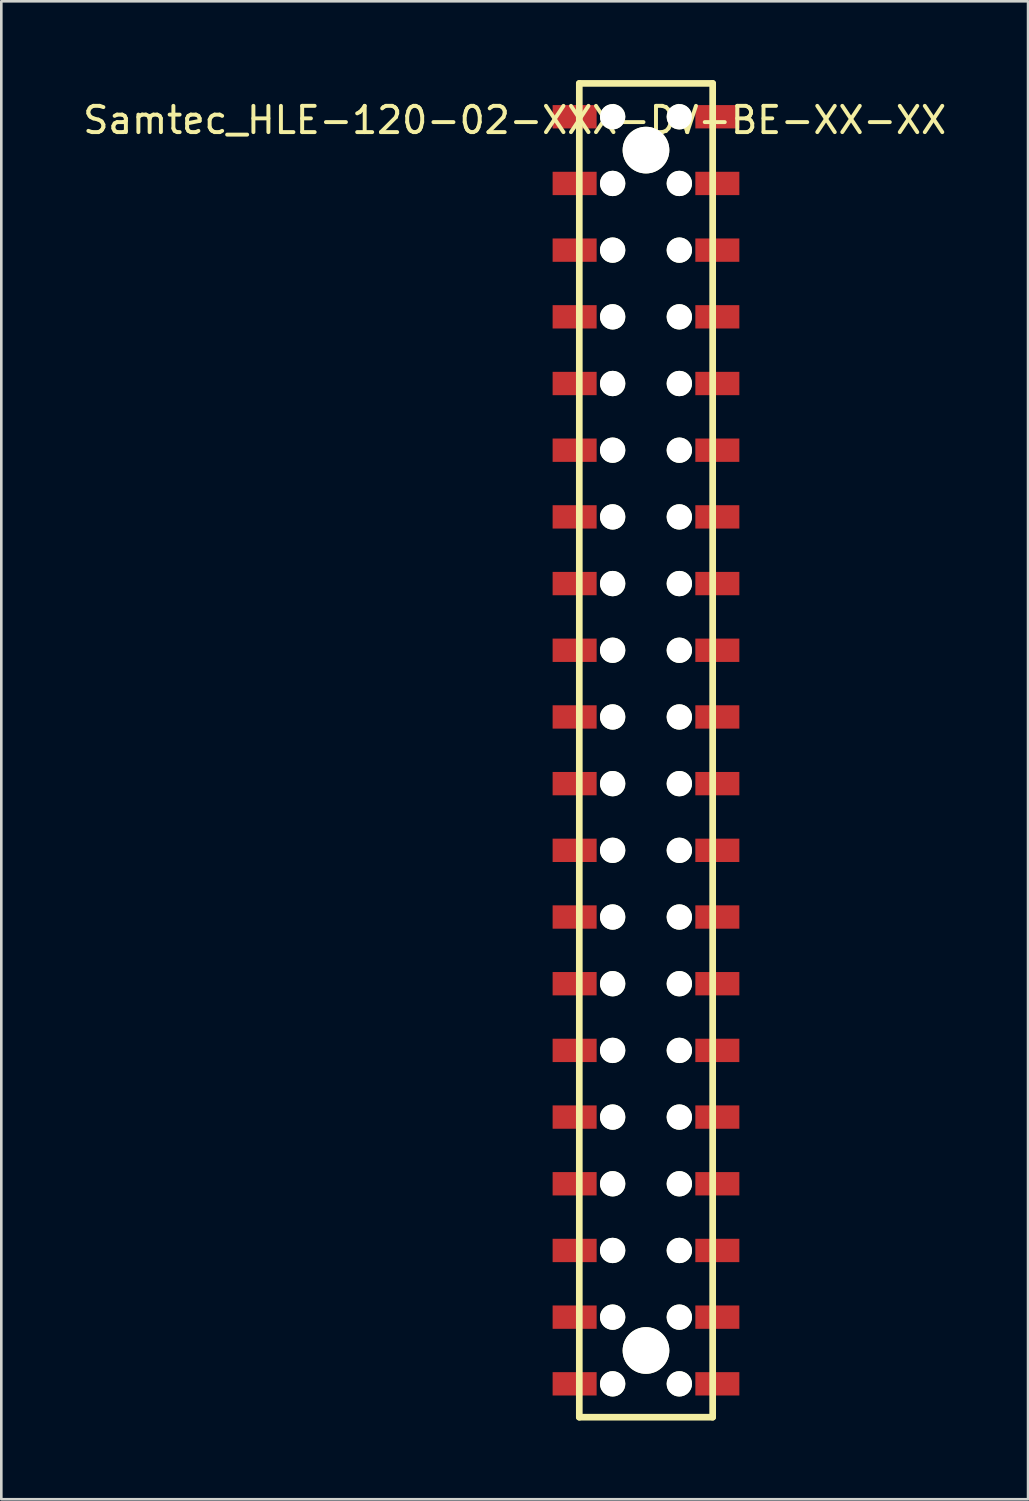
<source format=kicad_pcb>
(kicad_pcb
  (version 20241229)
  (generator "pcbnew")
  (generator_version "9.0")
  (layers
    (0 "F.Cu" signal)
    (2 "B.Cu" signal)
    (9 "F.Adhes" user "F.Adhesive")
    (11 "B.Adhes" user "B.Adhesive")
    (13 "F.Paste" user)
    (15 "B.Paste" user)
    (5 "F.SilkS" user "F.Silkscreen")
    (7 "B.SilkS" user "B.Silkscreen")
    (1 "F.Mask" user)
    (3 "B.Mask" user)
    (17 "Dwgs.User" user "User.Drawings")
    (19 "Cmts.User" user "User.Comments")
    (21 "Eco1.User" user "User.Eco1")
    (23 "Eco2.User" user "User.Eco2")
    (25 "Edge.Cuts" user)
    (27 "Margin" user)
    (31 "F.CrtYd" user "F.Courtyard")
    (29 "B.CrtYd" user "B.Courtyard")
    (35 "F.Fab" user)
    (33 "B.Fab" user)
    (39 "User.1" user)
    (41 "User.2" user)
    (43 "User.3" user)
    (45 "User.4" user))
  (footprint "Samtec_HLE-120-02-XXX-DV-BE-XX-XX"
    (layer "F.Cu")
    (at 21.554 25.527)
    (property "Reference" "Samtec_HLE-120-02-XXX-DV-BE-XX-XX" (at -5 -24 0) (layer "F.SilkS") (effects (font (size 1 1) (thickness 0.15))))
    (attr through_hole)
    (fp_line (start -2.54 -25.4) (end 2.54 -25.4) (stroke (width 0.254) (type solid)) (layer "F.SilkS"))
    (fp_line (start -2.54 25.4) (end -2.54 -25.4) (stroke (width 0.254) (type solid)) (layer "F.SilkS"))
    (fp_line (start 2.54 -25.4) (end 2.54 25.4) (stroke (width 0.254) (type solid)) (layer "F.SilkS"))
    (fp_line (start 2.54 25.4) (end -2.54 25.4) (stroke (width 0.254) (type solid)) (layer "F.SilkS"))
    (pad "" np_thru_hole circle (at -1.27 -24.13 270) (size 0.965 0.965) (drill 0.965) (layers "*.Cu" "*.Mask" "F.SilkS"))
    (pad "" np_thru_hole circle (at -1.27 -21.59 270) (size 0.965 0.965) (drill 0.965) (layers "*.Cu" "*.Mask" "F.SilkS"))
    (pad "" np_thru_hole circle (at -1.27 -19.05 270) (size 0.965 0.965) (drill 0.965) (layers "*.Cu" "*.Mask" "F.SilkS"))
    (pad "" np_thru_hole circle (at -1.27 -16.51 270) (size 0.965 0.965) (drill 0.965) (layers "*.Cu" "*.Mask" "F.SilkS"))
    (pad "" np_thru_hole circle (at -1.27 -13.97 270) (size 0.965 0.965) (drill 0.965) (layers "*.Cu" "*.Mask" "F.SilkS"))
    (pad "" np_thru_hole circle (at -1.27 -11.43 270) (size 0.965 0.965) (drill 0.965) (layers "*.Cu" "*.Mask" "F.SilkS"))
    (pad "" np_thru_hole circle (at -1.27 -8.89 270) (size 0.965 0.965) (drill 0.965) (layers "*.Cu" "*.Mask" "F.SilkS"))
    (pad "" np_thru_hole circle (at -1.27 -6.35 270) (size 0.965 0.965) (drill 0.965) (layers "*.Cu" "*.Mask" "F.SilkS"))
    (pad "" np_thru_hole circle (at -1.27 -3.81 270) (size 0.965 0.965) (drill 0.965) (layers "*.Cu" "*.Mask" "F.SilkS"))
    (pad "" np_thru_hole circle (at -1.27 -1.27 270) (size 0.965 0.965) (drill 0.965) (layers "*.Cu" "*.Mask" "F.SilkS"))
    (pad "" np_thru_hole circle (at -1.27 1.27 270) (size 0.965 0.965) (drill 0.965) (layers "*.Cu" "*.Mask" "F.SilkS"))
    (pad "" np_thru_hole circle (at -1.27 3.81 270) (size 0.965 0.965) (drill 0.965) (layers "*.Cu" "*.Mask" "F.SilkS"))
    (pad "" np_thru_hole circle (at -1.27 6.35 270) (size 0.965 0.965) (drill 0.965) (layers "*.Cu" "*.Mask" "F.SilkS"))
    (pad "" np_thru_hole circle (at -1.27 8.89 270) (size 0.965 0.965) (drill 0.965) (layers "*.Cu" "*.Mask" "F.SilkS"))
    (pad "" np_thru_hole circle (at -1.27 11.43 270) (size 0.965 0.965) (drill 0.965) (layers "*.Cu" "*.Mask" "F.SilkS"))
    (pad "" np_thru_hole circle (at -1.27 13.97 270) (size 0.965 0.965) (drill 0.965) (layers "*.Cu" "*.Mask" "F.SilkS"))
    (pad "" np_thru_hole circle (at -1.27 16.51 270) (size 0.965 0.965) (drill 0.965) (layers "*.Cu" "*.Mask" "F.SilkS"))
    (pad "" np_thru_hole circle (at -1.27 19.05 270) (size 0.965 0.965) (drill 0.965) (layers "*.Cu" "*.Mask" "F.SilkS"))
    (pad "" np_thru_hole circle (at -1.27 21.59 270) (size 0.965 0.965) (drill 0.965) (layers "*.Cu" "*.Mask" "F.SilkS"))
    (pad "" np_thru_hole circle (at -1.27 24.13 270) (size 0.965 0.965) (drill 0.965) (layers "*.Cu" "*.Mask" "F.SilkS"))
    (pad "" np_thru_hole circle (at 0 -22.86 270) (size 1.778 1.778) (drill 1.778) (layers "*.Cu" "*.Mask" "F.SilkS"))
    (pad "" np_thru_hole circle (at 0 22.86 270) (size 1.778 1.778) (drill 1.778) (layers "*.Cu" "*.Mask" "F.SilkS"))
    (pad "" np_thru_hole circle (at 1.27 -24.13 270) (size 0.965 0.965) (drill 0.965) (layers "*.Cu" "*.Mask" "F.SilkS"))
    (pad "" np_thru_hole circle (at 1.27 -21.59 270) (size 0.965 0.965) (drill 0.965) (layers "*.Cu" "*.Mask" "F.SilkS"))
    (pad "" np_thru_hole circle (at 1.27 -19.05 270) (size 0.965 0.965) (drill 0.965) (layers "*.Cu" "*.Mask" "F.SilkS"))
    (pad "" np_thru_hole circle (at 1.27 -16.51 270) (size 0.965 0.965) (drill 0.965) (layers "*.Cu" "*.Mask" "F.SilkS"))
    (pad "" np_thru_hole circle (at 1.27 -13.97 270) (size 0.965 0.965) (drill 0.965) (layers "*.Cu" "*.Mask" "F.SilkS"))
    (pad "" np_thru_hole circle (at 1.27 -11.43 270) (size 0.965 0.965) (drill 0.965) (layers "*.Cu" "*.Mask" "F.SilkS"))
    (pad "" np_thru_hole circle (at 1.27 -8.89 270) (size 0.965 0.965) (drill 0.965) (layers "*.Cu" "*.Mask" "F.SilkS"))
    (pad "" np_thru_hole circle (at 1.27 -6.35 270) (size 0.965 0.965) (drill 0.965) (layers "*.Cu" "*.Mask" "F.SilkS"))
    (pad "" np_thru_hole circle (at 1.27 -3.81 270) (size 0.965 0.965) (drill 0.965) (layers "*.Cu" "*.Mask" "F.SilkS"))
    (pad "" np_thru_hole circle (at 1.27 -1.27 270) (size 0.965 0.965) (drill 0.965) (layers "*.Cu" "*.Mask" "F.SilkS"))
    (pad "" np_thru_hole circle (at 1.27 1.27 270) (size 0.965 0.965) (drill 0.965) (layers "*.Cu" "*.Mask" "F.SilkS"))
    (pad "" np_thru_hole circle (at 1.27 3.81 270) (size 0.965 0.965) (drill 0.965) (layers "*.Cu" "*.Mask" "F.SilkS"))
    (pad "" np_thru_hole circle (at 1.27 6.35 270) (size 0.965 0.965) (drill 0.965) (layers "*.Cu" "*.Mask" "F.SilkS"))
    (pad "" np_thru_hole circle (at 1.27 8.89 270) (size 0.965 0.965) (drill 0.965) (layers "*.Cu" "*.Mask" "F.SilkS"))
    (pad "" np_thru_hole circle (at 1.27 11.43 270) (size 0.965 0.965) (drill 0.965) (layers "*.Cu" "*.Mask" "F.SilkS"))
    (pad "" np_thru_hole circle (at 1.27 13.97 270) (size 0.965 0.965) (drill 0.965) (layers "*.Cu" "*.Mask" "F.SilkS"))
    (pad "" np_thru_hole circle (at 1.27 16.51 270) (size 0.965 0.965) (drill 0.965) (layers "*.Cu" "*.Mask" "F.SilkS"))
    (pad "" np_thru_hole circle (at 1.27 19.05 270) (size 0.965 0.965) (drill 0.965) (layers "*.Cu" "*.Mask" "F.SilkS"))
    (pad "" np_thru_hole circle (at 1.27 21.59 270) (size 0.965 0.965) (drill 0.965) (layers "*.Cu" "*.Mask" "F.SilkS"))
    (pad "" np_thru_hole circle (at 1.27 24.13 270) (size 0.965 0.965) (drill 0.965) (layers "*.Cu" "*.Mask" "F.SilkS"))
    (pad "1" smd rect (at -2.718 -24.13 90) (size 0.889 1.676) (layers "F.Cu" "F.Mask" "F.Paste"))
    (pad "2" smd rect (at 2.718 -24.13 90) (size 0.889 1.676) (layers "F.Cu" "F.Mask" "F.Paste"))
    (pad "3" smd rect (at -2.718 -21.59 90) (size 0.889 1.676) (layers "F.Cu" "F.Mask" "F.Paste"))
    (pad "4" smd rect (at 2.718 -21.59 90) (size 0.889 1.676) (layers "F.Cu" "F.Mask" "F.Paste"))
    (pad "5" smd rect (at -2.718 -19.05 90) (size 0.889 1.676) (layers "F.Cu" "F.Mask" "F.Paste"))
    (pad "6" smd rect (at 2.718 -19.05 90) (size 0.889 1.676) (layers "F.Cu" "F.Mask" "F.Paste"))
    (pad "7" smd rect (at -2.718 -16.51 90) (size 0.889 1.676) (layers "F.Cu" "F.Mask" "F.Paste"))
    (pad "8" smd rect (at 2.718 -16.51 90) (size 0.889 1.676) (layers "F.Cu" "F.Mask" "F.Paste"))
    (pad "9" smd rect (at -2.718 -13.97 90) (size 0.889 1.676) (layers "F.Cu" "F.Mask" "F.Paste"))
    (pad "10" smd rect (at 2.718 -13.97 90) (size 0.889 1.676) (layers "F.Cu" "F.Mask" "F.Paste"))
    (pad "11" smd rect (at -2.718 -11.43 90) (size 0.889 1.676) (layers "F.Cu" "F.Mask" "F.Paste"))
    (pad "12" smd rect (at 2.718 -11.43 90) (size 0.889 1.676) (layers "F.Cu" "F.Mask" "F.Paste"))
    (pad "13" smd rect (at -2.718 -8.89 90) (size 0.889 1.676) (layers "F.Cu" "F.Mask" "F.Paste"))
    (pad "14" smd rect (at 2.718 -8.89 90) (size 0.889 1.676) (layers "F.Cu" "F.Mask" "F.Paste"))
    (pad "15" smd rect (at -2.718 -6.35 90) (size 0.889 1.676) (layers "F.Cu" "F.Mask" "F.Paste"))
    (pad "16" smd rect (at 2.718 -6.35 90) (size 0.889 1.676) (layers "F.Cu" "F.Mask" "F.Paste"))
    (pad "17" smd rect (at -2.718 -3.81 90) (size 0.889 1.676) (layers "F.Cu" "F.Mask" "F.Paste"))
    (pad "18" smd rect (at 2.718 -3.81 90) (size 0.889 1.676) (layers "F.Cu" "F.Mask" "F.Paste"))
    (pad "19" smd rect (at -2.718 -1.27 90) (size 0.889 1.676) (layers "F.Cu" "F.Mask" "F.Paste"))
    (pad "20" smd rect (at 2.718 -1.27 90) (size 0.889 1.676) (layers "F.Cu" "F.Mask" "F.Paste"))
    (pad "21" smd rect (at -2.718 1.27 90) (size 0.889 1.676) (layers "F.Cu" "F.Mask" "F.Paste"))
    (pad "22" smd rect (at 2.718 1.27 90) (size 0.889 1.676) (layers "F.Cu" "F.Mask" "F.Paste"))
    (pad "23" smd rect (at -2.718 3.81 90) (size 0.889 1.676) (layers "F.Cu" "F.Mask" "F.Paste"))
    (pad "24" smd rect (at 2.718 3.81 90) (size 0.889 1.676) (layers "F.Cu" "F.Mask" "F.Paste"))
    (pad "25" smd rect (at -2.718 6.35 90) (size 0.889 1.676) (layers "F.Cu" "F.Mask" "F.Paste"))
    (pad "26" smd rect (at 2.718 6.35 90) (size 0.889 1.676) (layers "F.Cu" "F.Mask" "F.Paste"))
    (pad "27" smd rect (at -2.718 8.89 90) (size 0.889 1.676) (layers "F.Cu" "F.Mask" "F.Paste"))
    (pad "28" smd rect (at 2.718 8.89 90) (size 0.889 1.676) (layers "F.Cu" "F.Mask" "F.Paste"))
    (pad "29" smd rect (at -2.718 11.43 90) (size 0.889 1.676) (layers "F.Cu" "F.Mask" "F.Paste"))
    (pad "30" smd rect (at 2.718 11.43 90) (size 0.889 1.676) (layers "F.Cu" "F.Mask" "F.Paste"))
    (pad "31" smd rect (at -2.718 13.97 90) (size 0.889 1.676) (layers "F.Cu" "F.Mask" "F.Paste"))
    (pad "32" smd rect (at 2.718 13.97 90) (size 0.889 1.676) (layers "F.Cu" "F.Mask" "F.Paste"))
    (pad "33" smd rect (at -2.718 16.51 90) (size 0.889 1.676) (layers "F.Cu" "F.Mask" "F.Paste"))
    (pad "34" smd rect (at 2.718 16.51 90) (size 0.889 1.676) (layers "F.Cu" "F.Mask" "F.Paste"))
    (pad "35" smd rect (at -2.718 19.05 90) (size 0.889 1.676) (layers "F.Cu" "F.Mask" "F.Paste"))
    (pad "36" smd rect (at 2.718 19.05 90) (size 0.889 1.676) (layers "F.Cu" "F.Mask" "F.Paste"))
    (pad "37" smd rect (at -2.718 21.59 90) (size 0.889 1.676) (layers "F.Cu" "F.Mask" "F.Paste"))
    (pad "38" smd rect (at 2.718 21.59 90) (size 0.889 1.676) (layers "F.Cu" "F.Mask" "F.Paste"))
    (pad "39" smd rect (at -2.718 24.13 90) (size 0.889 1.676) (layers "F.Cu" "F.Mask" "F.Paste"))
    (pad "40" smd rect (at 2.718 24.13 90) (size 0.889 1.676) (layers "F.Cu" "F.Mask" "F.Paste")))
  (gr_rect
    (start -3 -3)
    (end 36.107 54.054)
    (stroke (width 0.1) (type default))
    (fill no)
    (layer "Edge.Cuts")))
</source>
